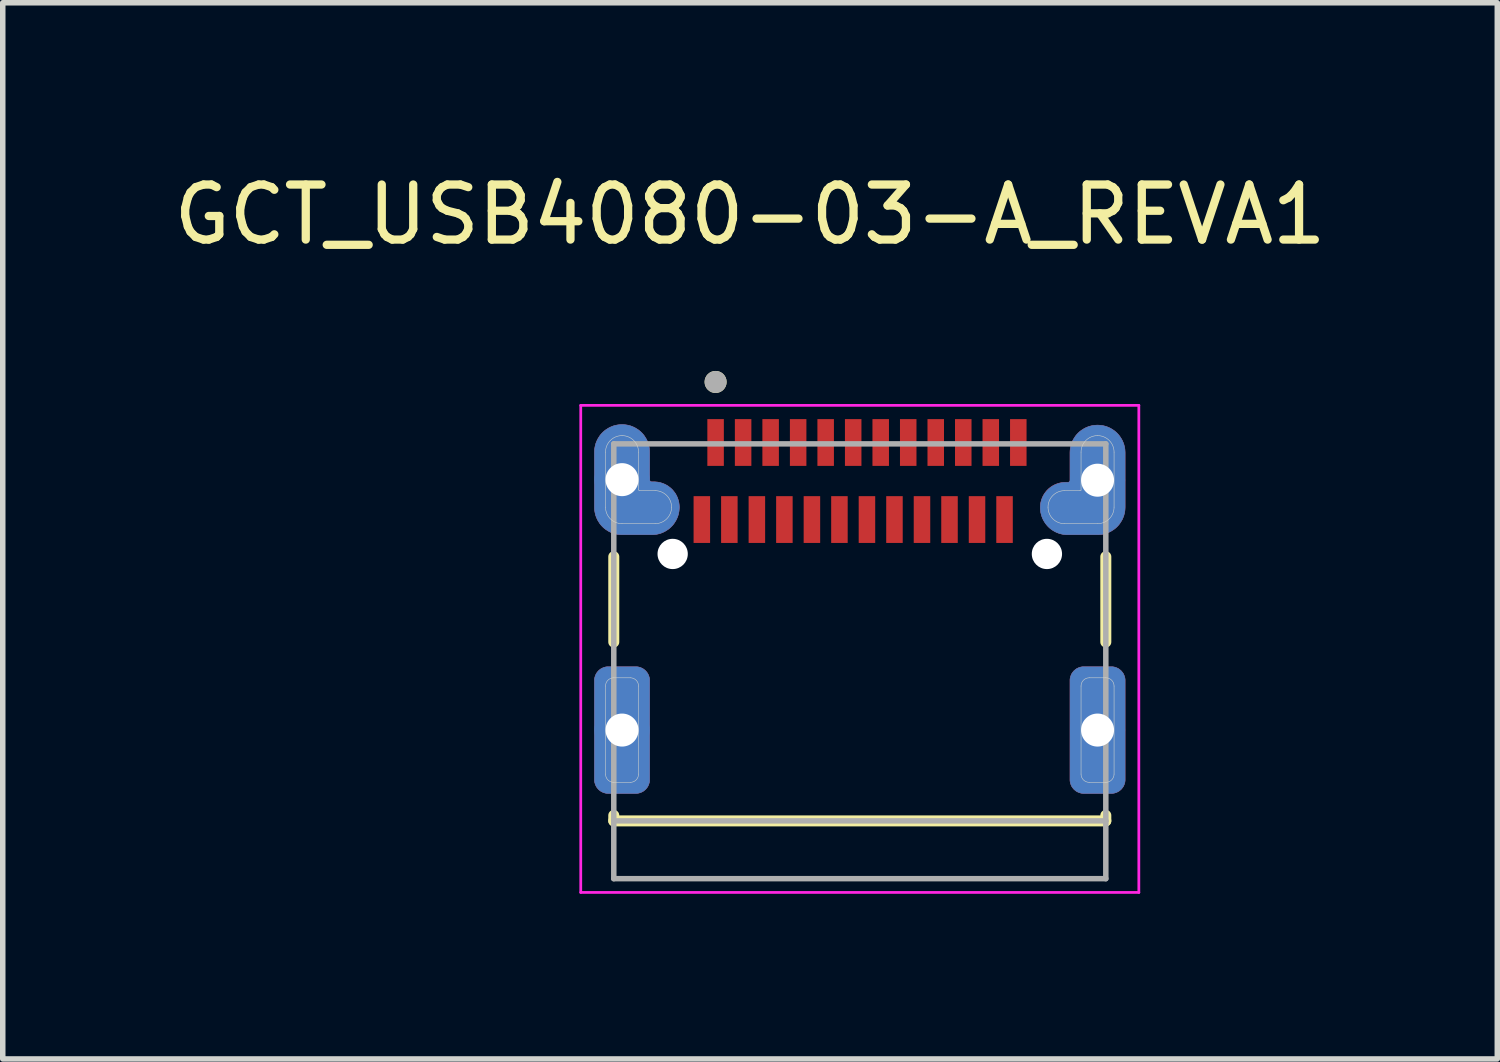
<source format=kicad_pcb>
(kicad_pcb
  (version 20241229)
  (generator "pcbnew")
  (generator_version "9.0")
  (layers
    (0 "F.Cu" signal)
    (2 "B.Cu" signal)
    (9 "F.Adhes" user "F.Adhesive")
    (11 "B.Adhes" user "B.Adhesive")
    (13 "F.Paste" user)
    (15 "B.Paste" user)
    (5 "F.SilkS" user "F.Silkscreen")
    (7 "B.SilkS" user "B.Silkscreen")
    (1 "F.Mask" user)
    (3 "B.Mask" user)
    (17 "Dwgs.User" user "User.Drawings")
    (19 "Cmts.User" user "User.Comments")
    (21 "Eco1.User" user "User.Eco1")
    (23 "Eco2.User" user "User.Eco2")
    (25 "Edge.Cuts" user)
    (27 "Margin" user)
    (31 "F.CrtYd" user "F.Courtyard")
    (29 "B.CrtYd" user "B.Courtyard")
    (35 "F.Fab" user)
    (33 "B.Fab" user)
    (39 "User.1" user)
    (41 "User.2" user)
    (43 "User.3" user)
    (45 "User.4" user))
  (footprint "GCT_USB4080-03-A_REVA1"
    (layer "F.Cu")
    (at 12.572 5.665)
    (property "Reference" "GCT_USB4080-03-A_REVA1" (at -1.995 -4.817 0) (layer "F.SilkS") (effects (font (size 1 1) (thickness 0.15))))
    (attr smd)
    (fp_poly (pts (xy -4.07 5.7) (xy -4.57 5.7) (xy -4.583 5.7) (xy -4.596 5.699) (xy -4.609 5.697) (xy -4.622 5.695) (xy -4.635 5.691) (xy -4.647 5.688) (xy -4.66 5.683) (xy -4.672 5.678) (xy -4.683 5.673) (xy -4.695 5.667) (xy -4.706 5.66) (xy -4.717 5.652) (xy -4.727 5.644) (xy -4.737 5.636) (xy -4.747 5.627) (xy -4.756 5.617) (xy -4.764 5.607) (xy -4.772 5.597) (xy -4.78 5.586) (xy -4.787 5.575) (xy -4.793 5.563) (xy -4.798 5.552) (xy -4.803 5.54) (xy -4.808 5.527) (xy -4.811 5.515) (xy -4.815 5.502) (xy -4.817 5.489) (xy -4.819 5.476) (xy -4.82 5.463) (xy -4.82 5.45) (xy -4.82 3.65) (xy -4.82 3.637) (xy -4.819 3.624) (xy -4.817 3.611) (xy -4.815 3.598) (xy -4.811 3.585) (xy -4.808 3.573) (xy -4.803 3.56) (xy -4.798 3.548) (xy -4.793 3.537) (xy -4.787 3.525) (xy -4.78 3.514) (xy -4.772 3.503) (xy -4.764 3.493) (xy -4.756 3.483) (xy -4.747 3.473) (xy -4.737 3.464) (xy -4.727 3.456) (xy -4.717 3.448) (xy -4.706 3.44) (xy -4.695 3.433) (xy -4.683 3.427) (xy -4.672 3.422) (xy -4.66 3.417) (xy -4.647 3.412) (xy -4.635 3.409) (xy -4.622 3.405) (xy -4.609 3.403) (xy -4.596 3.401) (xy -4.583 3.4) (xy -4.57 3.4) (xy -4.07 3.4) (xy -4.057 3.4) (xy -4.044 3.401) (xy -4.031 3.403) (xy -4.018 3.405) (xy -4.005 3.409) (xy -3.993 3.412) (xy -3.98 3.417) (xy -3.968 3.422) (xy -3.957 3.427) (xy -3.945 3.433) (xy -3.934 3.44) (xy -3.923 3.448) (xy -3.913 3.456) (xy -3.903 3.464) (xy -3.893 3.473) (xy -3.884 3.483) (xy -3.876 3.493) (xy -3.868 3.503) (xy -3.86 3.514) (xy -3.853 3.525) (xy -3.847 3.537) (xy -3.842 3.548) (xy -3.837 3.56) (xy -3.832 3.573) (xy -3.829 3.585) (xy -3.825 3.598) (xy -3.823 3.611) (xy -3.821 3.624) (xy -3.82 3.637) (xy -3.82 3.65) (xy -3.82 5.45) (xy -3.82 5.463) (xy -3.821 5.476) (xy -3.823 5.489) (xy -3.825 5.502) (xy -3.829 5.515) (xy -3.832 5.527) (xy -3.837 5.54) (xy -3.842 5.552) (xy -3.847 5.563) (xy -3.853 5.575) (xy -3.86 5.586) (xy -3.868 5.597) (xy -3.876 5.607) (xy -3.884 5.617) (xy -3.893 5.627) (xy -3.903 5.636) (xy -3.913 5.644) (xy -3.923 5.652) (xy -3.934 5.66) (xy -3.945 5.667) (xy -3.957 5.673) (xy -3.968 5.678) (xy -3.98 5.683) (xy -3.993 5.688) (xy -4.005 5.691) (xy -4.018 5.695) (xy -4.031 5.697) (xy -4.044 5.699) (xy -4.057 5.7) (xy -4.07 5.7)) (stroke (width 0.01) (type solid)) (fill yes) (layer "F.Cu"))
    (fp_poly (pts (xy 4.57 5.7) (xy 4.07 5.7) (xy 4.057 5.7) (xy 4.044 5.699) (xy 4.031 5.697) (xy 4.018 5.695) (xy 4.005 5.691) (xy 3.993 5.688) (xy 3.98 5.683) (xy 3.968 5.678) (xy 3.957 5.673) (xy 3.945 5.667) (xy 3.934 5.66) (xy 3.923 5.652) (xy 3.913 5.644) (xy 3.903 5.636) (xy 3.893 5.627) (xy 3.884 5.617) (xy 3.876 5.607) (xy 3.868 5.597) (xy 3.86 5.586) (xy 3.853 5.575) (xy 3.847 5.563) (xy 3.842 5.552) (xy 3.837 5.54) (xy 3.832 5.527) (xy 3.829 5.515) (xy 3.825 5.502) (xy 3.823 5.489) (xy 3.821 5.476) (xy 3.82 5.463) (xy 3.82 5.45) (xy 3.82 3.65) (xy 3.82 3.637) (xy 3.821 3.624) (xy 3.823 3.611) (xy 3.825 3.598) (xy 3.829 3.585) (xy 3.832 3.573) (xy 3.837 3.56) (xy 3.842 3.548) (xy 3.847 3.537) (xy 3.853 3.525) (xy 3.86 3.514) (xy 3.868 3.503) (xy 3.876 3.493) (xy 3.884 3.483) (xy 3.893 3.473) (xy 3.903 3.464) (xy 3.913 3.456) (xy 3.923 3.448) (xy 3.934 3.44) (xy 3.945 3.433) (xy 3.957 3.427) (xy 3.968 3.422) (xy 3.98 3.417) (xy 3.993 3.412) (xy 4.005 3.409) (xy 4.018 3.405) (xy 4.031 3.403) (xy 4.044 3.401) (xy 4.057 3.4) (xy 4.07 3.4) (xy 4.57 3.4) (xy 4.583 3.4) (xy 4.596 3.401) (xy 4.609 3.403) (xy 4.622 3.405) (xy 4.635 3.409) (xy 4.647 3.412) (xy 4.66 3.417) (xy 4.672 3.422) (xy 4.683 3.427) (xy 4.695 3.433) (xy 4.706 3.44) (xy 4.717 3.448) (xy 4.727 3.456) (xy 4.737 3.464) (xy 4.747 3.473) (xy 4.756 3.483) (xy 4.764 3.493) (xy 4.772 3.503) (xy 4.78 3.514) (xy 4.787 3.525) (xy 4.793 3.537) (xy 4.798 3.548) (xy 4.803 3.56) (xy 4.808 3.573) (xy 4.811 3.585) (xy 4.815 3.598) (xy 4.817 3.611) (xy 4.819 3.624) (xy 4.82 3.637) (xy 4.82 3.65) (xy 4.82 5.45) (xy 4.82 5.463) (xy 4.819 5.476) (xy 4.817 5.489) (xy 4.815 5.502) (xy 4.811 5.515) (xy 4.808 5.527) (xy 4.803 5.54) (xy 4.798 5.552) (xy 4.793 5.563) (xy 4.787 5.575) (xy 4.78 5.586) (xy 4.772 5.597) (xy 4.764 5.607) (xy 4.756 5.617) (xy 4.747 5.627) (xy 4.737 5.636) (xy 4.727 5.644) (xy 4.717 5.652) (xy 4.706 5.66) (xy 4.695 5.667) (xy 4.683 5.673) (xy 4.672 5.678) (xy 4.66 5.683) (xy 4.647 5.688) (xy 4.635 5.691) (xy 4.622 5.695) (xy 4.609 5.697) (xy 4.596 5.699) (xy 4.583 5.7) (xy 4.57 5.7)) (stroke (width 0.01) (type solid)) (fill yes) (layer "F.Cu"))
    (fp_poly (pts (xy 4.82 0.5) (xy 4.82 -0.49) (xy 4.819 -0.516) (xy 4.817 -0.542) (xy 4.814 -0.568) (xy 4.809 -0.594) (xy 4.803 -0.619) (xy 4.796 -0.645) (xy 4.787 -0.669) (xy 4.777 -0.693) (xy 4.766 -0.717) (xy 4.753 -0.74) (xy 4.739 -0.762) (xy 4.725 -0.784) (xy 4.709 -0.805) (xy 4.692 -0.825) (xy 4.674 -0.844) (xy 4.655 -0.862) (xy 4.635 -0.879) (xy 4.614 -0.895) (xy 4.592 -0.909) (xy 4.57 -0.923) (xy 4.547 -0.936) (xy 4.523 -0.947) (xy 4.499 -0.957) (xy 4.475 -0.966) (xy 4.449 -0.973) (xy 4.424 -0.979) (xy 4.398 -0.984) (xy 4.372 -0.987) (xy 4.346 -0.989) (xy 4.32 -0.99) (xy 4.294 -0.989) (xy 4.268 -0.987) (xy 4.242 -0.984) (xy 4.216 -0.979) (xy 4.191 -0.973) (xy 4.165 -0.966) (xy 4.141 -0.957) (xy 4.117 -0.947) (xy 4.093 -0.936) (xy 4.07 -0.923) (xy 4.048 -0.909) (xy 4.026 -0.895) (xy 4.005 -0.879) (xy 3.985 -0.862) (xy 3.966 -0.844) (xy 3.948 -0.825) (xy 3.931 -0.805) (xy 3.915 -0.784) (xy 3.901 -0.762) (xy 3.887 -0.74) (xy 3.874 -0.717) (xy 3.863 -0.693) (xy 3.853 -0.669) (xy 3.844 -0.645) (xy 3.837 -0.619) (xy 3.831 -0.594) (xy 3.826 -0.568) (xy 3.823 -0.542) (xy 3.821 -0.516) (xy 3.82 -0.49) (xy 3.82 0.01) (xy 3.82 0.012) (xy 3.82 0.014) (xy 3.82 0.016) (xy 3.819 0.018) (xy 3.819 0.02) (xy 3.818 0.022) (xy 3.817 0.024) (xy 3.817 0.026) (xy 3.816 0.028) (xy 3.815 0.03) (xy 3.814 0.032) (xy 3.812 0.034) (xy 3.811 0.035) (xy 3.81 0.037) (xy 3.808 0.038) (xy 3.807 0.04) (xy 3.805 0.041) (xy 3.804 0.042) (xy 3.802 0.044) (xy 3.8 0.045) (xy 3.798 0.046) (xy 3.796 0.047) (xy 3.794 0.047) (xy 3.792 0.048) (xy 3.79 0.049) (xy 3.788 0.049) (xy 3.786 0.05) (xy 3.784 0.05) (xy 3.782 0.05) (xy 3.78 0.05) (xy 3.74 0.05) (xy 3.719 0.05) (xy 3.695 0.052) (xy 3.672 0.054) (xy 3.648 0.058) (xy 3.625 0.063) (xy 3.602 0.07) (xy 3.579 0.077) (xy 3.557 0.086) (xy 3.536 0.096) (xy 3.514 0.107) (xy 3.494 0.119) (xy 3.474 0.132) (xy 3.455 0.146) (xy 3.436 0.162) (xy 3.419 0.178) (xy 3.402 0.195) (xy 3.386 0.213) (xy 3.372 0.231) (xy 3.358 0.251) (xy 3.345 0.271) (xy 3.333 0.291) (xy 3.323 0.313) (xy 3.313 0.335) (xy 3.305 0.357) (xy 3.298 0.38) (xy 3.292 0.403) (xy 3.287 0.426) (xy 3.283 0.45) (xy 3.281 0.473) (xy 3.28 0.5) (xy 3.281 0.526) (xy 3.283 0.552) (xy 3.286 0.578) (xy 3.291 0.604) (xy 3.297 0.629) (xy 3.304 0.655) (xy 3.313 0.679) (xy 3.323 0.703) (xy 3.334 0.727) (xy 3.347 0.75) (xy 3.361 0.772) (xy 3.375 0.794) (xy 3.391 0.815) (xy 3.408 0.835) (xy 3.426 0.854) (xy 3.445 0.872) (xy 3.465 0.889) (xy 3.486 0.905) (xy 3.508 0.919) (xy 3.53 0.933) (xy 3.553 0.946) (xy 3.577 0.957) (xy 3.601 0.967) (xy 3.625 0.976) (xy 3.651 0.983) (xy 3.676 0.989) (xy 3.702 0.994) (xy 3.728 0.997) (xy 3.754 0.999) (xy 3.78 1) (xy 4.32 1) (xy 4.346 0.999) (xy 4.372 0.997) (xy 4.398 0.994) (xy 4.424 0.989) (xy 4.449 0.983) (xy 4.475 0.976) (xy 4.499 0.967) (xy 4.523 0.957) (xy 4.547 0.946) (xy 4.57 0.933) (xy 4.592 0.919) (xy 4.614 0.905) (xy 4.635 0.889) (xy 4.655 0.872) (xy 4.674 0.854) (xy 4.692 0.835) (xy 4.709 0.815) (xy 4.725 0.794) (xy 4.739 0.772) (xy 4.753 0.75) (xy 4.766 0.727) (xy 4.777 0.703) (xy 4.787 0.679) (xy 4.796 0.655) (xy 4.803 0.629) (xy 4.809 0.604) (xy 4.814 0.578) (xy 4.817 0.552) (xy 4.819 0.526) (xy 4.82 0.5)) (stroke (width 0.01) (type solid)) (fill yes) (layer "F.Cu"))
    (fp_poly (pts (xy -4.82 0) (xy -4.82 -0.5) (xy -4.819 -0.526) (xy -4.817 -0.552) (xy -4.814 -0.578) (xy -4.809 -0.604) (xy -4.803 -0.629) (xy -4.796 -0.655) (xy -4.787 -0.679) (xy -4.777 -0.703) (xy -4.766 -0.727) (xy -4.753 -0.75) (xy -4.739 -0.772) (xy -4.725 -0.794) (xy -4.709 -0.815) (xy -4.692 -0.835) (xy -4.674 -0.854) (xy -4.655 -0.872) (xy -4.635 -0.889) (xy -4.614 -0.905) (xy -4.592 -0.919) (xy -4.57 -0.933) (xy -4.547 -0.946) (xy -4.523 -0.957) (xy -4.499 -0.967) (xy -4.475 -0.976) (xy -4.449 -0.983) (xy -4.424 -0.989) (xy -4.398 -0.994) (xy -4.372 -0.997) (xy -4.346 -0.999) (xy -4.32 -1) (xy -4.294 -0.999) (xy -4.268 -0.997) (xy -4.242 -0.994) (xy -4.216 -0.989) (xy -4.191 -0.983) (xy -4.165 -0.976) (xy -4.141 -0.967) (xy -4.117 -0.957) (xy -4.093 -0.946) (xy -4.07 -0.933) (xy -4.048 -0.919) (xy -4.026 -0.905) (xy -4.005 -0.889) (xy -3.985 -0.872) (xy -3.966 -0.854) (xy -3.948 -0.835) (xy -3.931 -0.815) (xy -3.915 -0.794) (xy -3.901 -0.772) (xy -3.887 -0.75) (xy -3.874 -0.727) (xy -3.863 -0.703) (xy -3.853 -0.679) (xy -3.844 -0.655) (xy -3.837 -0.629) (xy -3.831 -0.604) (xy -3.826 -0.578) (xy -3.823 -0.552) (xy -3.821 -0.526) (xy -3.82 -0.5) (xy -3.82 0) (xy -3.82 0.002) (xy -3.82 0.004) (xy -3.82 0.006) (xy -3.819 0.008) (xy -3.819 0.01) (xy -3.818 0.012) (xy -3.817 0.014) (xy -3.817 0.016) (xy -3.816 0.018) (xy -3.815 0.02) (xy -3.814 0.022) (xy -3.812 0.024) (xy -3.811 0.025) (xy -3.81 0.027) (xy -3.808 0.028) (xy -3.807 0.03) (xy -3.805 0.031) (xy -3.804 0.032) (xy -3.802 0.034) (xy -3.8 0.035) (xy -3.798 0.036) (xy -3.796 0.037) (xy -3.794 0.037) (xy -3.792 0.038) (xy -3.79 0.039) (xy -3.788 0.039) (xy -3.786 0.04) (xy -3.784 0.04) (xy -3.782 0.04) (xy -3.78 0.04) (xy -3.74 0.04) (xy -3.716 0.041) (xy -3.692 0.043) (xy -3.668 0.046) (xy -3.644 0.05) (xy -3.621 0.056) (xy -3.598 0.063) (xy -3.575 0.071) (xy -3.553 0.08) (xy -3.531 0.09) (xy -3.51 0.102) (xy -3.489 0.114) (xy -3.47 0.128) (xy -3.451 0.143) (xy -3.432 0.158) (xy -3.415 0.175) (xy -3.398 0.192) (xy -3.383 0.211) (xy -3.368 0.23) (xy -3.354 0.249) (xy -3.342 0.27) (xy -3.33 0.291) (xy -3.32 0.313) (xy -3.311 0.335) (xy -3.303 0.358) (xy -3.296 0.381) (xy -3.29 0.404) (xy -3.286 0.428) (xy -3.283 0.452) (xy -3.281 0.476) (xy -3.28 0.5) (xy -3.281 0.526) (xy -3.283 0.552) (xy -3.286 0.578) (xy -3.291 0.604) (xy -3.297 0.629) (xy -3.304 0.655) (xy -3.313 0.679) (xy -3.323 0.703) (xy -3.334 0.727) (xy -3.347 0.75) (xy -3.361 0.772) (xy -3.375 0.794) (xy -3.391 0.815) (xy -3.408 0.835) (xy -3.426 0.854) (xy -3.445 0.872) (xy -3.465 0.889) (xy -3.486 0.905) (xy -3.508 0.919) (xy -3.53 0.933) (xy -3.553 0.946) (xy -3.577 0.957) (xy -3.601 0.967) (xy -3.625 0.976) (xy -3.651 0.983) (xy -3.676 0.989) (xy -3.702 0.994) (xy -3.728 0.997) (xy -3.754 0.999) (xy -3.78 1) (xy -4.32 1) (xy -4.346 0.999) (xy -4.372 0.997) (xy -4.398 0.994) (xy -4.424 0.989) (xy -4.449 0.983) (xy -4.475 0.976) (xy -4.499 0.967) (xy -4.523 0.957) (xy -4.547 0.946) (xy -4.57 0.933) (xy -4.592 0.919) (xy -4.614 0.905) (xy -4.635 0.889) (xy -4.655 0.872) (xy -4.674 0.854) (xy -4.692 0.835) (xy -4.709 0.815) (xy -4.725 0.794) (xy -4.739 0.772) (xy -4.753 0.75) (xy -4.766 0.727) (xy -4.777 0.703) (xy -4.787 0.679) (xy -4.796 0.655) (xy -4.803 0.629) (xy -4.809 0.604) (xy -4.814 0.578) (xy -4.817 0.552) (xy -4.819 0.526) (xy -4.82 0.5) (xy -4.82 0)) (stroke (width 0.01) (type solid)) (fill yes) (layer "F.Cu"))
    (fp_poly (pts (xy -3.02 0.3) (xy -2.72 0.3) (xy -2.72 1.15) (xy -3.02 1.15)) (stroke (width 0.01) (type solid)) (fill yes) (layer "F.Mask"))
    (fp_poly (pts (xy -2.77 -1.1) (xy -2.47 -1.1) (xy -2.47 -0.25) (xy -2.77 -0.25)) (stroke (width 0.01) (type solid)) (fill yes) (layer "F.Mask"))
    (fp_poly (pts (xy -2.52 0.3) (xy -2.22 0.3) (xy -2.22 1.15) (xy -2.52 1.15)) (stroke (width 0.01) (type solid)) (fill yes) (layer "F.Mask"))
    (fp_poly (pts (xy -2.27 -1.1) (xy -1.97 -1.1) (xy -1.97 -0.25) (xy -2.27 -0.25)) (stroke (width 0.01) (type solid)) (fill yes) (layer "F.Mask"))
    (fp_poly (pts (xy -2.02 0.3) (xy -1.72 0.3) (xy -1.72 1.15) (xy -2.02 1.15)) (stroke (width 0.01) (type solid)) (fill yes) (layer "F.Mask"))
    (fp_poly (pts (xy -1.77 -1.1) (xy -1.47 -1.1) (xy -1.47 -0.25) (xy -1.77 -0.25)) (stroke (width 0.01) (type solid)) (fill yes) (layer "F.Mask"))
    (fp_poly (pts (xy -1.52 0.3) (xy -1.22 0.3) (xy -1.22 1.15) (xy -1.52 1.15)) (stroke (width 0.01) (type solid)) (fill yes) (layer "F.Mask"))
    (fp_poly (pts (xy -1.27 -1.1) (xy -0.97 -1.1) (xy -0.97 -0.25) (xy -1.27 -0.25)) (stroke (width 0.01) (type solid)) (fill yes) (layer "F.Mask"))
    (fp_poly (pts (xy -1.02 0.3) (xy -0.72 0.3) (xy -0.72 1.15) (xy -1.02 1.15)) (stroke (width 0.01) (type solid)) (fill yes) (layer "F.Mask"))
    (fp_poly (pts (xy -0.77 -1.1) (xy -0.47 -1.1) (xy -0.47 -0.25) (xy -0.77 -0.25)) (stroke (width 0.01) (type solid)) (fill yes) (layer "F.Mask"))
    (fp_poly (pts (xy -0.52 0.3) (xy -0.22 0.3) (xy -0.22 1.15) (xy -0.52 1.15)) (stroke (width 0.01) (type solid)) (fill yes) (layer "F.Mask"))
    (fp_poly (pts (xy -0.27 -1.1) (xy 0.03 -1.1) (xy 0.03 -0.25) (xy -0.27 -0.25)) (stroke (width 0.01) (type solid)) (fill yes) (layer "F.Mask"))
    (fp_poly (pts (xy -0.02 0.3) (xy 0.28 0.3) (xy 0.28 1.15) (xy -0.02 1.15)) (stroke (width 0.01) (type solid)) (fill yes) (layer "F.Mask"))
    (fp_poly (pts (xy 0.23 -1.1) (xy 0.53 -1.1) (xy 0.53 -0.25) (xy 0.23 -0.25)) (stroke (width 0.01) (type solid)) (fill yes) (layer "F.Mask"))
    (fp_poly (pts (xy 0.48 0.3) (xy 0.78 0.3) (xy 0.78 1.15) (xy 0.48 1.15)) (stroke (width 0.01) (type solid)) (fill yes) (layer "F.Mask"))
    (fp_poly (pts (xy 0.73 -1.1) (xy 1.03 -1.1) (xy 1.03 -0.25) (xy 0.73 -0.25)) (stroke (width 0.01) (type solid)) (fill yes) (layer "F.Mask"))
    (fp_poly (pts (xy 0.98 0.3) (xy 1.28 0.3) (xy 1.28 1.15) (xy 0.98 1.15)) (stroke (width 0.01) (type solid)) (fill yes) (layer "F.Mask"))
    (fp_poly (pts (xy 1.23 -1.1) (xy 1.53 -1.1) (xy 1.53 -0.25) (xy 1.23 -0.25)) (stroke (width 0.01) (type solid)) (fill yes) (layer "F.Mask"))
    (fp_poly (pts (xy 1.48 0.3) (xy 1.78 0.3) (xy 1.78 1.15) (xy 1.48 1.15)) (stroke (width 0.01) (type solid)) (fill yes) (layer "F.Mask"))
    (fp_poly (pts (xy 1.73 -1.1) (xy 2.03 -1.1) (xy 2.03 -0.25) (xy 1.73 -0.25)) (stroke (width 0.01) (type solid)) (fill yes) (layer "F.Mask"))
    (fp_poly (pts (xy 1.98 0.3) (xy 2.28 0.3) (xy 2.28 1.15) (xy 1.98 1.15)) (stroke (width 0.01) (type solid)) (fill yes) (layer "F.Mask"))
    (fp_poly (pts (xy 2.23 -1.1) (xy 2.53 -1.1) (xy 2.53 -0.25) (xy 2.23 -0.25)) (stroke (width 0.01) (type solid)) (fill yes) (layer "F.Mask"))
    (fp_poly (pts (xy 2.48 0.3) (xy 2.78 0.3) (xy 2.78 1.15) (xy 2.48 1.15)) (stroke (width 0.01) (type solid)) (fill yes) (layer "F.Mask"))
    (fp_poly (pts (xy 2.73 -1.1) (xy 3.03 -1.1) (xy 3.03 -0.25) (xy 2.73 -0.25)) (stroke (width 0.01) (type solid)) (fill yes) (layer "F.Mask"))
    (fp_poly (pts (xy -4.07 5.7) (xy -4.57 5.7) (xy -4.583 5.7) (xy -4.596 5.699) (xy -4.609 5.697) (xy -4.622 5.695) (xy -4.635 5.691) (xy -4.647 5.688) (xy -4.66 5.683) (xy -4.672 5.678) (xy -4.683 5.673) (xy -4.695 5.667) (xy -4.706 5.66) (xy -4.717 5.652) (xy -4.727 5.644) (xy -4.737 5.636) (xy -4.747 5.627) (xy -4.756 5.617) (xy -4.764 5.607) (xy -4.772 5.597) (xy -4.78 5.586) (xy -4.787 5.575) (xy -4.793 5.563) (xy -4.798 5.552) (xy -4.803 5.54) (xy -4.808 5.527) (xy -4.811 5.515) (xy -4.815 5.502) (xy -4.817 5.489) (xy -4.819 5.476) (xy -4.82 5.463) (xy -4.82 5.45) (xy -4.82 3.65) (xy -4.82 3.637) (xy -4.819 3.624) (xy -4.817 3.611) (xy -4.815 3.598) (xy -4.811 3.585) (xy -4.808 3.573) (xy -4.803 3.56) (xy -4.798 3.548) (xy -4.793 3.537) (xy -4.787 3.525) (xy -4.78 3.514) (xy -4.772 3.503) (xy -4.764 3.493) (xy -4.756 3.483) (xy -4.747 3.473) (xy -4.737 3.464) (xy -4.727 3.456) (xy -4.717 3.448) (xy -4.706 3.44) (xy -4.695 3.433) (xy -4.683 3.427) (xy -4.672 3.422) (xy -4.66 3.417) (xy -4.647 3.412) (xy -4.635 3.409) (xy -4.622 3.405) (xy -4.609 3.403) (xy -4.596 3.401) (xy -4.583 3.4) (xy -4.57 3.4) (xy -4.07 3.4) (xy -4.057 3.4) (xy -4.044 3.401) (xy -4.031 3.403) (xy -4.018 3.405) (xy -4.005 3.409) (xy -3.993 3.412) (xy -3.98 3.417) (xy -3.968 3.422) (xy -3.957 3.427) (xy -3.945 3.433) (xy -3.934 3.44) (xy -3.923 3.448) (xy -3.913 3.456) (xy -3.903 3.464) (xy -3.893 3.473) (xy -3.884 3.483) (xy -3.876 3.493) (xy -3.868 3.503) (xy -3.86 3.514) (xy -3.853 3.525) (xy -3.847 3.537) (xy -3.842 3.548) (xy -3.837 3.56) (xy -3.832 3.573) (xy -3.829 3.585) (xy -3.825 3.598) (xy -3.823 3.611) (xy -3.821 3.624) (xy -3.82 3.637) (xy -3.82 3.65) (xy -3.82 5.45) (xy -3.82 5.463) (xy -3.821 5.476) (xy -3.823 5.489) (xy -3.825 5.502) (xy -3.829 5.515) (xy -3.832 5.527) (xy -3.837 5.54) (xy -3.842 5.552) (xy -3.847 5.563) (xy -3.853 5.575) (xy -3.86 5.586) (xy -3.868 5.597) (xy -3.876 5.607) (xy -3.884 5.617) (xy -3.893 5.627) (xy -3.903 5.636) (xy -3.913 5.644) (xy -3.923 5.652) (xy -3.934 5.66) (xy -3.945 5.667) (xy -3.957 5.673) (xy -3.968 5.678) (xy -3.98 5.683) (xy -3.993 5.688) (xy -4.005 5.691) (xy -4.018 5.695) (xy -4.031 5.697) (xy -4.044 5.699) (xy -4.057 5.7) (xy -4.07 5.7)) (stroke (width 0.01) (type solid)) (fill yes) (layer "F.Mask"))
    (fp_poly (pts (xy 4.57 5.7) (xy 4.07 5.7) (xy 4.057 5.7) (xy 4.044 5.699) (xy 4.031 5.697) (xy 4.018 5.695) (xy 4.005 5.691) (xy 3.993 5.688) (xy 3.98 5.683) (xy 3.968 5.678) (xy 3.957 5.673) (xy 3.945 5.667) (xy 3.934 5.66) (xy 3.923 5.652) (xy 3.913 5.644) (xy 3.903 5.636) (xy 3.893 5.627) (xy 3.884 5.617) (xy 3.876 5.607) (xy 3.868 5.597) (xy 3.86 5.586) (xy 3.853 5.575) (xy 3.847 5.563) (xy 3.842 5.552) (xy 3.837 5.54) (xy 3.832 5.527) (xy 3.829 5.515) (xy 3.825 5.502) (xy 3.823 5.489) (xy 3.821 5.476) (xy 3.82 5.463) (xy 3.82 5.45) (xy 3.82 3.65) (xy 3.82 3.637) (xy 3.821 3.624) (xy 3.823 3.611) (xy 3.825 3.598) (xy 3.829 3.585) (xy 3.832 3.573) (xy 3.837 3.56) (xy 3.842 3.548) (xy 3.847 3.537) (xy 3.853 3.525) (xy 3.86 3.514) (xy 3.868 3.503) (xy 3.876 3.493) (xy 3.884 3.483) (xy 3.893 3.473) (xy 3.903 3.464) (xy 3.913 3.456) (xy 3.923 3.448) (xy 3.934 3.44) (xy 3.945 3.433) (xy 3.957 3.427) (xy 3.968 3.422) (xy 3.98 3.417) (xy 3.993 3.412) (xy 4.005 3.409) (xy 4.018 3.405) (xy 4.031 3.403) (xy 4.044 3.401) (xy 4.057 3.4) (xy 4.07 3.4) (xy 4.57 3.4) (xy 4.583 3.4) (xy 4.596 3.401) (xy 4.609 3.403) (xy 4.622 3.405) (xy 4.635 3.409) (xy 4.647 3.412) (xy 4.66 3.417) (xy 4.672 3.422) (xy 4.683 3.427) (xy 4.695 3.433) (xy 4.706 3.44) (xy 4.717 3.448) (xy 4.727 3.456) (xy 4.737 3.464) (xy 4.747 3.473) (xy 4.756 3.483) (xy 4.764 3.493) (xy 4.772 3.503) (xy 4.78 3.514) (xy 4.787 3.525) (xy 4.793 3.537) (xy 4.798 3.548) (xy 4.803 3.56) (xy 4.808 3.573) (xy 4.811 3.585) (xy 4.815 3.598) (xy 4.817 3.611) (xy 4.819 3.624) (xy 4.82 3.637) (xy 4.82 3.65) (xy 4.82 5.45) (xy 4.82 5.463) (xy 4.819 5.476) (xy 4.817 5.489) (xy 4.815 5.502) (xy 4.811 5.515) (xy 4.808 5.527) (xy 4.803 5.54) (xy 4.798 5.552) (xy 4.793 5.563) (xy 4.787 5.575) (xy 4.78 5.586) (xy 4.772 5.597) (xy 4.764 5.607) (xy 4.756 5.617) (xy 4.747 5.627) (xy 4.737 5.636) (xy 4.727 5.644) (xy 4.717 5.652) (xy 4.706 5.66) (xy 4.695 5.667) (xy 4.683 5.673) (xy 4.672 5.678) (xy 4.66 5.683) (xy 4.647 5.688) (xy 4.635 5.691) (xy 4.622 5.695) (xy 4.609 5.697) (xy 4.596 5.699) (xy 4.583 5.7) (xy 4.57 5.7)) (stroke (width 0.01) (type solid)) (fill yes) (layer "F.Mask"))
    (fp_poly (pts (xy 4.82 0.5) (xy 4.82 -0.49) (xy 4.819 -0.516) (xy 4.817 -0.542) (xy 4.814 -0.568) (xy 4.809 -0.594) (xy 4.803 -0.619) (xy 4.796 -0.645) (xy 4.787 -0.669) (xy 4.777 -0.693) (xy 4.766 -0.717) (xy 4.753 -0.74) (xy 4.739 -0.762) (xy 4.725 -0.784) (xy 4.709 -0.805) (xy 4.692 -0.825) (xy 4.674 -0.844) (xy 4.655 -0.862) (xy 4.635 -0.879) (xy 4.614 -0.895) (xy 4.592 -0.909) (xy 4.57 -0.923) (xy 4.547 -0.936) (xy 4.523 -0.947) (xy 4.499 -0.957) (xy 4.475 -0.966) (xy 4.449 -0.973) (xy 4.424 -0.979) (xy 4.398 -0.984) (xy 4.372 -0.987) (xy 4.346 -0.989) (xy 4.32 -0.99) (xy 4.294 -0.989) (xy 4.268 -0.987) (xy 4.242 -0.984) (xy 4.216 -0.979) (xy 4.191 -0.973) (xy 4.165 -0.966) (xy 4.141 -0.957) (xy 4.117 -0.947) (xy 4.093 -0.936) (xy 4.07 -0.923) (xy 4.048 -0.909) (xy 4.026 -0.895) (xy 4.005 -0.879) (xy 3.985 -0.862) (xy 3.966 -0.844) (xy 3.948 -0.825) (xy 3.931 -0.805) (xy 3.915 -0.784) (xy 3.901 -0.762) (xy 3.887 -0.74) (xy 3.874 -0.717) (xy 3.863 -0.693) (xy 3.853 -0.669) (xy 3.844 -0.645) (xy 3.837 -0.619) (xy 3.831 -0.594) (xy 3.826 -0.568) (xy 3.823 -0.542) (xy 3.821 -0.516) (xy 3.82 -0.49) (xy 3.82 0.01) (xy 3.82 0.012) (xy 3.82 0.014) (xy 3.82 0.016) (xy 3.819 0.018) (xy 3.819 0.02) (xy 3.818 0.022) (xy 3.817 0.024) (xy 3.817 0.026) (xy 3.816 0.028) (xy 3.815 0.03) (xy 3.814 0.032) (xy 3.812 0.034) (xy 3.811 0.035) (xy 3.81 0.037) (xy 3.808 0.038) (xy 3.807 0.04) (xy 3.805 0.041) (xy 3.804 0.042) (xy 3.802 0.044) (xy 3.8 0.045) (xy 3.798 0.046) (xy 3.796 0.047) (xy 3.794 0.047) (xy 3.792 0.048) (xy 3.79 0.049) (xy 3.788 0.049) (xy 3.786 0.05) (xy 3.784 0.05) (xy 3.782 0.05) (xy 3.78 0.05) (xy 3.74 0.05) (xy 3.719 0.05) (xy 3.695 0.052) (xy 3.672 0.054) (xy 3.648 0.058) (xy 3.625 0.063) (xy 3.602 0.07) (xy 3.579 0.077) (xy 3.557 0.086) (xy 3.536 0.096) (xy 3.514 0.107) (xy 3.494 0.119) (xy 3.474 0.132) (xy 3.455 0.146) (xy 3.436 0.162) (xy 3.419 0.178) (xy 3.402 0.195) (xy 3.386 0.213) (xy 3.372 0.231) (xy 3.358 0.251) (xy 3.345 0.271) (xy 3.333 0.291) (xy 3.323 0.313) (xy 3.313 0.335) (xy 3.305 0.357) (xy 3.298 0.38) (xy 3.292 0.403) (xy 3.287 0.426) (xy 3.283 0.45) (xy 3.281 0.473) (xy 3.28 0.5) (xy 3.281 0.526) (xy 3.283 0.552) (xy 3.286 0.578) (xy 3.291 0.604) (xy 3.297 0.629) (xy 3.304 0.655) (xy 3.313 0.679) (xy 3.323 0.703) (xy 3.334 0.727) (xy 3.347 0.75) (xy 3.361 0.772) (xy 3.375 0.794) (xy 3.391 0.815) (xy 3.408 0.835) (xy 3.426 0.854) (xy 3.445 0.872) (xy 3.465 0.889) (xy 3.486 0.905) (xy 3.508 0.919) (xy 3.53 0.933) (xy 3.553 0.946) (xy 3.577 0.957) (xy 3.601 0.967) (xy 3.625 0.976) (xy 3.651 0.983) (xy 3.676 0.989) (xy 3.702 0.994) (xy 3.728 0.997) (xy 3.754 0.999) (xy 3.78 1) (xy 4.32 1) (xy 4.346 0.999) (xy 4.372 0.997) (xy 4.398 0.994) (xy 4.424 0.989) (xy 4.449 0.983) (xy 4.475 0.976) (xy 4.499 0.967) (xy 4.523 0.957) (xy 4.547 0.946) (xy 4.57 0.933) (xy 4.592 0.919) (xy 4.614 0.905) (xy 4.635 0.889) (xy 4.655 0.872) (xy 4.674 0.854) (xy 4.692 0.835) (xy 4.709 0.815) (xy 4.725 0.794) (xy 4.739 0.772) (xy 4.753 0.75) (xy 4.766 0.727) (xy 4.777 0.703) (xy 4.787 0.679) (xy 4.796 0.655) (xy 4.803 0.629) (xy 4.809 0.604) (xy 4.814 0.578) (xy 4.817 0.552) (xy 4.819 0.526) (xy 4.82 0.5)) (stroke (width 0.01) (type solid)) (fill yes) (layer "F.Mask"))
    (fp_poly (pts (xy -4.82 0) (xy -4.82 -0.5) (xy -4.819 -0.526) (xy -4.817 -0.552) (xy -4.814 -0.578) (xy -4.809 -0.604) (xy -4.803 -0.629) (xy -4.796 -0.655) (xy -4.787 -0.679) (xy -4.777 -0.703) (xy -4.766 -0.727) (xy -4.753 -0.75) (xy -4.739 -0.772) (xy -4.725 -0.794) (xy -4.709 -0.815) (xy -4.692 -0.835) (xy -4.674 -0.854) (xy -4.655 -0.872) (xy -4.635 -0.889) (xy -4.614 -0.905) (xy -4.592 -0.919) (xy -4.57 -0.933) (xy -4.547 -0.946) (xy -4.523 -0.957) (xy -4.499 -0.967) (xy -4.475 -0.976) (xy -4.449 -0.983) (xy -4.424 -0.989) (xy -4.398 -0.994) (xy -4.372 -0.997) (xy -4.346 -0.999) (xy -4.32 -1) (xy -4.294 -0.999) (xy -4.268 -0.997) (xy -4.242 -0.994) (xy -4.216 -0.989) (xy -4.191 -0.983) (xy -4.165 -0.976) (xy -4.141 -0.967) (xy -4.117 -0.957) (xy -4.093 -0.946) (xy -4.07 -0.933) (xy -4.048 -0.919) (xy -4.026 -0.905) (xy -4.005 -0.889) (xy -3.985 -0.872) (xy -3.966 -0.854) (xy -3.948 -0.835) (xy -3.931 -0.815) (xy -3.915 -0.794) (xy -3.901 -0.772) (xy -3.887 -0.75) (xy -3.874 -0.727) (xy -3.863 -0.703) (xy -3.853 -0.679) (xy -3.844 -0.655) (xy -3.837 -0.629) (xy -3.831 -0.604) (xy -3.826 -0.578) (xy -3.823 -0.552) (xy -3.821 -0.526) (xy -3.82 -0.5) (xy -3.82 0) (xy -3.82 0.002) (xy -3.82 0.004) (xy -3.82 0.006) (xy -3.819 0.008) (xy -3.819 0.01) (xy -3.818 0.012) (xy -3.817 0.014) (xy -3.817 0.016) (xy -3.816 0.018) (xy -3.815 0.02) (xy -3.814 0.022) (xy -3.812 0.024) (xy -3.811 0.025) (xy -3.81 0.027) (xy -3.808 0.028) (xy -3.807 0.03) (xy -3.805 0.031) (xy -3.804 0.032) (xy -3.802 0.034) (xy -3.8 0.035) (xy -3.798 0.036) (xy -3.796 0.037) (xy -3.794 0.037) (xy -3.792 0.038) (xy -3.79 0.039) (xy -3.788 0.039) (xy -3.786 0.04) (xy -3.784 0.04) (xy -3.782 0.04) (xy -3.78 0.04) (xy -3.74 0.04) (xy -3.716 0.041) (xy -3.692 0.043) (xy -3.668 0.046) (xy -3.644 0.05) (xy -3.621 0.056) (xy -3.598 0.063) (xy -3.575 0.071) (xy -3.553 0.08) (xy -3.531 0.09) (xy -3.51 0.102) (xy -3.489 0.114) (xy -3.47 0.128) (xy -3.451 0.143) (xy -3.432 0.158) (xy -3.415 0.175) (xy -3.398 0.192) (xy -3.383 0.211) (xy -3.368 0.23) (xy -3.354 0.249) (xy -3.342 0.27) (xy -3.33 0.291) (xy -3.32 0.313) (xy -3.311 0.335) (xy -3.303 0.358) (xy -3.296 0.381) (xy -3.29 0.404) (xy -3.286 0.428) (xy -3.283 0.452) (xy -3.281 0.476) (xy -3.28 0.5) (xy -3.281 0.526) (xy -3.283 0.552) (xy -3.286 0.578) (xy -3.291 0.604) (xy -3.297 0.629) (xy -3.304 0.655) (xy -3.313 0.679) (xy -3.323 0.703) (xy -3.334 0.727) (xy -3.347 0.75) (xy -3.361 0.772) (xy -3.375 0.794) (xy -3.391 0.815) (xy -3.408 0.835) (xy -3.426 0.854) (xy -3.445 0.872) (xy -3.465 0.889) (xy -3.486 0.905) (xy -3.508 0.919) (xy -3.53 0.933) (xy -3.553 0.946) (xy -3.577 0.957) (xy -3.601 0.967) (xy -3.625 0.976) (xy -3.651 0.983) (xy -3.676 0.989) (xy -3.702 0.994) (xy -3.728 0.997) (xy -3.754 0.999) (xy -3.78 1) (xy -4.32 1) (xy -4.346 0.999) (xy -4.372 0.997) (xy -4.398 0.994) (xy -4.424 0.989) (xy -4.449 0.983) (xy -4.475 0.976) (xy -4.499 0.967) (xy -4.523 0.957) (xy -4.547 0.946) (xy -4.57 0.933) (xy -4.592 0.919) (xy -4.614 0.905) (xy -4.635 0.889) (xy -4.655 0.872) (xy -4.674 0.854) (xy -4.692 0.835) (xy -4.709 0.815) (xy -4.725 0.794) (xy -4.739 0.772) (xy -4.753 0.75) (xy -4.766 0.727) (xy -4.777 0.703) (xy -4.787 0.679) (xy -4.796 0.655) (xy -4.803 0.629) (xy -4.809 0.604) (xy -4.814 0.578) (xy -4.817 0.552) (xy -4.819 0.526) (xy -4.82 0.5) (xy -4.82 0)) (stroke (width 0.01) (type solid)) (fill yes) (layer "F.Mask"))
    (fp_poly (pts (xy -4.07 5.7) (xy -4.57 5.7) (xy -4.583 5.7) (xy -4.596 5.699) (xy -4.609 5.697) (xy -4.622 5.695) (xy -4.635 5.691) (xy -4.647 5.688) (xy -4.66 5.683) (xy -4.672 5.678) (xy -4.683 5.673) (xy -4.695 5.667) (xy -4.706 5.66) (xy -4.717 5.652) (xy -4.727 5.644) (xy -4.737 5.636) (xy -4.747 5.627) (xy -4.756 5.617) (xy -4.764 5.607) (xy -4.772 5.597) (xy -4.78 5.586) (xy -4.787 5.575) (xy -4.793 5.563) (xy -4.798 5.552) (xy -4.803 5.54) (xy -4.808 5.527) (xy -4.811 5.515) (xy -4.815 5.502) (xy -4.817 5.489) (xy -4.819 5.476) (xy -4.82 5.463) (xy -4.82 5.45) (xy -4.82 3.65) (xy -4.82 3.637) (xy -4.819 3.624) (xy -4.817 3.611) (xy -4.815 3.598) (xy -4.811 3.585) (xy -4.808 3.573) (xy -4.803 3.56) (xy -4.798 3.548) (xy -4.793 3.537) (xy -4.787 3.525) (xy -4.78 3.514) (xy -4.772 3.503) (xy -4.764 3.493) (xy -4.756 3.483) (xy -4.747 3.473) (xy -4.737 3.464) (xy -4.727 3.456) (xy -4.717 3.448) (xy -4.706 3.44) (xy -4.695 3.433) (xy -4.683 3.427) (xy -4.672 3.422) (xy -4.66 3.417) (xy -4.647 3.412) (xy -4.635 3.409) (xy -4.622 3.405) (xy -4.609 3.403) (xy -4.596 3.401) (xy -4.583 3.4) (xy -4.57 3.4) (xy -4.07 3.4) (xy -4.057 3.4) (xy -4.044 3.401) (xy -4.031 3.403) (xy -4.018 3.405) (xy -4.005 3.409) (xy -3.993 3.412) (xy -3.98 3.417) (xy -3.968 3.422) (xy -3.957 3.427) (xy -3.945 3.433) (xy -3.934 3.44) (xy -3.923 3.448) (xy -3.913 3.456) (xy -3.903 3.464) (xy -3.893 3.473) (xy -3.884 3.483) (xy -3.876 3.493) (xy -3.868 3.503) (xy -3.86 3.514) (xy -3.853 3.525) (xy -3.847 3.537) (xy -3.842 3.548) (xy -3.837 3.56) (xy -3.832 3.573) (xy -3.829 3.585) (xy -3.825 3.598) (xy -3.823 3.611) (xy -3.821 3.624) (xy -3.82 3.637) (xy -3.82 3.65) (xy -3.82 5.45) (xy -3.82 5.463) (xy -3.821 5.476) (xy -3.823 5.489) (xy -3.825 5.502) (xy -3.829 5.515) (xy -3.832 5.527) (xy -3.837 5.54) (xy -3.842 5.552) (xy -3.847 5.563) (xy -3.853 5.575) (xy -3.86 5.586) (xy -3.868 5.597) (xy -3.876 5.607) (xy -3.884 5.617) (xy -3.893 5.627) (xy -3.903 5.636) (xy -3.913 5.644) (xy -3.923 5.652) (xy -3.934 5.66) (xy -3.945 5.667) (xy -3.957 5.673) (xy -3.968 5.678) (xy -3.98 5.683) (xy -3.993 5.688) (xy -4.005 5.691) (xy -4.018 5.695) (xy -4.031 5.697) (xy -4.044 5.699) (xy -4.057 5.7) (xy -4.07 5.7)) (stroke (width 0.01) (type solid)) (fill yes) (layer "B.Cu"))
    (fp_poly (pts (xy 4.57 5.7) (xy 4.07 5.7) (xy 4.057 5.7) (xy 4.044 5.699) (xy 4.031 5.697) (xy 4.018 5.695) (xy 4.005 5.691) (xy 3.993 5.688) (xy 3.98 5.683) (xy 3.968 5.678) (xy 3.957 5.673) (xy 3.945 5.667) (xy 3.934 5.66) (xy 3.923 5.652) (xy 3.913 5.644) (xy 3.903 5.636) (xy 3.893 5.627) (xy 3.884 5.617) (xy 3.876 5.607) (xy 3.868 5.597) (xy 3.86 5.586) (xy 3.853 5.575) (xy 3.847 5.563) (xy 3.842 5.552) (xy 3.837 5.54) (xy 3.832 5.527) (xy 3.829 5.515) (xy 3.825 5.502) (xy 3.823 5.489) (xy 3.821 5.476) (xy 3.82 5.463) (xy 3.82 5.45) (xy 3.82 3.65) (xy 3.82 3.637) (xy 3.821 3.624) (xy 3.823 3.611) (xy 3.825 3.598) (xy 3.829 3.585) (xy 3.832 3.573) (xy 3.837 3.56) (xy 3.842 3.548) (xy 3.847 3.537) (xy 3.853 3.525) (xy 3.86 3.514) (xy 3.868 3.503) (xy 3.876 3.493) (xy 3.884 3.483) (xy 3.893 3.473) (xy 3.903 3.464) (xy 3.913 3.456) (xy 3.923 3.448) (xy 3.934 3.44) (xy 3.945 3.433) (xy 3.957 3.427) (xy 3.968 3.422) (xy 3.98 3.417) (xy 3.993 3.412) (xy 4.005 3.409) (xy 4.018 3.405) (xy 4.031 3.403) (xy 4.044 3.401) (xy 4.057 3.4) (xy 4.07 3.4) (xy 4.57 3.4) (xy 4.583 3.4) (xy 4.596 3.401) (xy 4.609 3.403) (xy 4.622 3.405) (xy 4.635 3.409) (xy 4.647 3.412) (xy 4.66 3.417) (xy 4.672 3.422) (xy 4.683 3.427) (xy 4.695 3.433) (xy 4.706 3.44) (xy 4.717 3.448) (xy 4.727 3.456) (xy 4.737 3.464) (xy 4.747 3.473) (xy 4.756 3.483) (xy 4.764 3.493) (xy 4.772 3.503) (xy 4.78 3.514) (xy 4.787 3.525) (xy 4.793 3.537) (xy 4.798 3.548) (xy 4.803 3.56) (xy 4.808 3.573) (xy 4.811 3.585) (xy 4.815 3.598) (xy 4.817 3.611) (xy 4.819 3.624) (xy 4.82 3.637) (xy 4.82 3.65) (xy 4.82 5.45) (xy 4.82 5.463) (xy 4.819 5.476) (xy 4.817 5.489) (xy 4.815 5.502) (xy 4.811 5.515) (xy 4.808 5.527) (xy 4.803 5.54) (xy 4.798 5.552) (xy 4.793 5.563) (xy 4.787 5.575) (xy 4.78 5.586) (xy 4.772 5.597) (xy 4.764 5.607) (xy 4.756 5.617) (xy 4.747 5.627) (xy 4.737 5.636) (xy 4.727 5.644) (xy 4.717 5.652) (xy 4.706 5.66) (xy 4.695 5.667) (xy 4.683 5.673) (xy 4.672 5.678) (xy 4.66 5.683) (xy 4.647 5.688) (xy 4.635 5.691) (xy 4.622 5.695) (xy 4.609 5.697) (xy 4.596 5.699) (xy 4.583 5.7) (xy 4.57 5.7)) (stroke (width 0.01) (type solid)) (fill yes) (layer "B.Cu"))
    (fp_poly (pts (xy 4.82 0.5) (xy 4.82 -0.49) (xy 4.819 -0.516) (xy 4.817 -0.542) (xy 4.814 -0.568) (xy 4.809 -0.594) (xy 4.803 -0.619) (xy 4.796 -0.645) (xy 4.787 -0.669) (xy 4.777 -0.693) (xy 4.766 -0.717) (xy 4.753 -0.74) (xy 4.739 -0.762) (xy 4.725 -0.784) (xy 4.709 -0.805) (xy 4.692 -0.825) (xy 4.674 -0.844) (xy 4.655 -0.862) (xy 4.635 -0.879) (xy 4.614 -0.895) (xy 4.592 -0.909) (xy 4.57 -0.923) (xy 4.547 -0.936) (xy 4.523 -0.947) (xy 4.499 -0.957) (xy 4.475 -0.966) (xy 4.449 -0.973) (xy 4.424 -0.979) (xy 4.398 -0.984) (xy 4.372 -0.987) (xy 4.346 -0.989) (xy 4.32 -0.99) (xy 4.294 -0.989) (xy 4.268 -0.987) (xy 4.242 -0.984) (xy 4.216 -0.979) (xy 4.191 -0.973) (xy 4.165 -0.966) (xy 4.141 -0.957) (xy 4.117 -0.947) (xy 4.093 -0.936) (xy 4.07 -0.923) (xy 4.048 -0.909) (xy 4.026 -0.895) (xy 4.005 -0.879) (xy 3.985 -0.862) (xy 3.966 -0.844) (xy 3.948 -0.825) (xy 3.931 -0.805) (xy 3.915 -0.784) (xy 3.901 -0.762) (xy 3.887 -0.74) (xy 3.874 -0.717) (xy 3.863 -0.693) (xy 3.853 -0.669) (xy 3.844 -0.645) (xy 3.837 -0.619) (xy 3.831 -0.594) (xy 3.826 -0.568) (xy 3.823 -0.542) (xy 3.821 -0.516) (xy 3.82 -0.49) (xy 3.82 0.01) (xy 3.82 0.012) (xy 3.82 0.014) (xy 3.82 0.016) (xy 3.819 0.018) (xy 3.819 0.02) (xy 3.818 0.022) (xy 3.817 0.024) (xy 3.817 0.026) (xy 3.816 0.028) (xy 3.815 0.03) (xy 3.814 0.032) (xy 3.812 0.034) (xy 3.811 0.035) (xy 3.81 0.037) (xy 3.808 0.038) (xy 3.807 0.04) (xy 3.805 0.041) (xy 3.804 0.042) (xy 3.802 0.044) (xy 3.8 0.045) (xy 3.798 0.046) (xy 3.796 0.047) (xy 3.794 0.047) (xy 3.792 0.048) (xy 3.79 0.049) (xy 3.788 0.049) (xy 3.786 0.05) (xy 3.784 0.05) (xy 3.782 0.05) (xy 3.78 0.05) (xy 3.74 0.05) (xy 3.716 0.051) (xy 3.692 0.053) (xy 3.668 0.056) (xy 3.644 0.06) (xy 3.621 0.066) (xy 3.598 0.073) (xy 3.575 0.081) (xy 3.553 0.09) (xy 3.531 0.1) (xy 3.51 0.112) (xy 3.489 0.124) (xy 3.47 0.138) (xy 3.451 0.153) (xy 3.432 0.168) (xy 3.415 0.185) (xy 3.398 0.202) (xy 3.383 0.221) (xy 3.368 0.24) (xy 3.354 0.259) (xy 3.342 0.28) (xy 3.33 0.301) (xy 3.32 0.323) (xy 3.311 0.345) (xy 3.303 0.368) (xy 3.296 0.391) (xy 3.29 0.414) (xy 3.286 0.438) (xy 3.283 0.462) (xy 3.281 0.486) (xy 3.28 0.51) (xy 3.281 0.54) (xy 3.284 0.565) (xy 3.287 0.591) (xy 3.293 0.616) (xy 3.299 0.641) (xy 3.307 0.666) (xy 3.316 0.69) (xy 3.326 0.714) (xy 3.338 0.737) (xy 3.351 0.76) (xy 3.365 0.782) (xy 3.38 0.803) (xy 3.396 0.823) (xy 3.413 0.843) (xy 3.431 0.861) (xy 3.45 0.879) (xy 3.47 0.895) (xy 3.491 0.911) (xy 3.513 0.925) (xy 3.535 0.938) (xy 3.558 0.95) (xy 3.582 0.961) (xy 3.606 0.97) (xy 3.63 0.978) (xy 3.655 0.985) (xy 3.681 0.991) (xy 3.706 0.995) (xy 3.732 0.998) (xy 3.758 1) (xy 3.78 1) (xy 4.32 1) (xy 4.346 0.999) (xy 4.372 0.997) (xy 4.398 0.994) (xy 4.424 0.989) (xy 4.449 0.983) (xy 4.475 0.976) (xy 4.499 0.967) (xy 4.523 0.957) (xy 4.547 0.946) (xy 4.57 0.933) (xy 4.592 0.919) (xy 4.614 0.905) (xy 4.635 0.889) (xy 4.655 0.872) (xy 4.674 0.854) (xy 4.692 0.835) (xy 4.709 0.815) (xy 4.725 0.794) (xy 4.739 0.772) (xy 4.753 0.75) (xy 4.766 0.727) (xy 4.777 0.703) (xy 4.787 0.679) (xy 4.796 0.655) (xy 4.803 0.629) (xy 4.809 0.604) (xy 4.814 0.578) (xy 4.817 0.552) (xy 4.819 0.526) (xy 4.82 0.5)) (stroke (width 0.01) (type solid)) (fill yes) (layer "B.Cu"))
    (fp_poly (pts (xy -4.82 0) (xy -4.82 -0.5) (xy -4.819 -0.526) (xy -4.817 -0.552) (xy -4.814 -0.578) (xy -4.809 -0.604) (xy -4.803 -0.629) (xy -4.796 -0.655) (xy -4.787 -0.679) (xy -4.777 -0.703) (xy -4.766 -0.727) (xy -4.753 -0.75) (xy -4.739 -0.772) (xy -4.725 -0.794) (xy -4.709 -0.815) (xy -4.692 -0.835) (xy -4.674 -0.854) (xy -4.655 -0.872) (xy -4.635 -0.889) (xy -4.614 -0.905) (xy -4.592 -0.919) (xy -4.57 -0.933) (xy -4.547 -0.946) (xy -4.523 -0.957) (xy -4.499 -0.967) (xy -4.475 -0.976) (xy -4.449 -0.983) (xy -4.424 -0.989) (xy -4.398 -0.994) (xy -4.372 -0.997) (xy -4.346 -0.999) (xy -4.32 -1) (xy -4.294 -0.999) (xy -4.268 -0.997) (xy -4.242 -0.994) (xy -4.216 -0.989) (xy -4.191 -0.983) (xy -4.165 -0.976) (xy -4.141 -0.967) (xy -4.117 -0.957) (xy -4.093 -0.946) (xy -4.07 -0.933) (xy -4.048 -0.919) (xy -4.026 -0.905) (xy -4.005 -0.889) (xy -3.985 -0.872) (xy -3.966 -0.854) (xy -3.948 -0.835) (xy -3.931 -0.815) (xy -3.915 -0.794) (xy -3.901 -0.772) (xy -3.887 -0.75) (xy -3.874 -0.727) (xy -3.863 -0.703) (xy -3.853 -0.679) (xy -3.844 -0.655) (xy -3.837 -0.629) (xy -3.831 -0.604) (xy -3.826 -0.578) (xy -3.823 -0.552) (xy -3.821 -0.526) (xy -3.82 -0.5) (xy -3.82 0) (xy -3.82 0.002) (xy -3.82 0.004) (xy -3.82 0.006) (xy -3.819 0.008) (xy -3.819 0.01) (xy -3.818 0.012) (xy -3.817 0.014) (xy -3.817 0.016) (xy -3.816 0.018) (xy -3.815 0.02) (xy -3.814 0.022) (xy -3.812 0.024) (xy -3.811 0.025) (xy -3.81 0.027) (xy -3.808 0.028) (xy -3.807 0.03) (xy -3.805 0.031) (xy -3.804 0.032) (xy -3.802 0.034) (xy -3.8 0.035) (xy -3.798 0.036) (xy -3.796 0.037) (xy -3.794 0.037) (xy -3.792 0.038) (xy -3.79 0.039) (xy -3.788 0.039) (xy -3.786 0.04) (xy -3.784 0.04) (xy -3.782 0.04) (xy -3.78 0.04) (xy -3.74 0.04) (xy -3.716 0.041) (xy -3.692 0.043) (xy -3.668 0.046) (xy -3.644 0.05) (xy -3.621 0.056) (xy -3.598 0.063) (xy -3.575 0.071) (xy -3.553 0.08) (xy -3.531 0.09) (xy -3.51 0.102) (xy -3.489 0.114) (xy -3.47 0.128) (xy -3.451 0.143) (xy -3.432 0.158) (xy -3.415 0.175) (xy -3.398 0.192) (xy -3.383 0.211) (xy -3.368 0.23) (xy -3.354 0.249) (xy -3.342 0.27) (xy -3.33 0.291) (xy -3.32 0.313) (xy -3.311 0.335) (xy -3.303 0.358) (xy -3.296 0.381) (xy -3.29 0.404) (xy -3.286 0.428) (xy -3.283 0.452) (xy -3.281 0.476) (xy -3.28 0.5) (xy -3.281 0.526) (xy -3.283 0.552) (xy -3.286 0.578) (xy -3.291 0.604) (xy -3.297 0.629) (xy -3.304 0.655) (xy -3.313 0.679) (xy -3.323 0.703) (xy -3.334 0.727) (xy -3.347 0.75) (xy -3.361 0.772) (xy -3.375 0.794) (xy -3.391 0.815) (xy -3.408 0.835) (xy -3.426 0.854) (xy -3.445 0.872) (xy -3.465 0.889) (xy -3.486 0.905) (xy -3.508 0.919) (xy -3.53 0.933) (xy -3.553 0.946) (xy -3.577 0.957) (xy -3.601 0.967) (xy -3.625 0.976) (xy -3.651 0.983) (xy -3.676 0.989) (xy -3.702 0.994) (xy -3.728 0.997) (xy -3.754 0.999) (xy -3.78 1) (xy -4.32 1) (xy -4.346 0.999) (xy -4.372 0.997) (xy -4.398 0.994) (xy -4.424 0.989) (xy -4.449 0.983) (xy -4.475 0.976) (xy -4.499 0.967) (xy -4.523 0.957) (xy -4.547 0.946) (xy -4.57 0.933) (xy -4.592 0.919) (xy -4.614 0.905) (xy -4.635 0.889) (xy -4.655 0.872) (xy -4.674 0.854) (xy -4.692 0.835) (xy -4.709 0.815) (xy -4.725 0.794) (xy -4.739 0.772) (xy -4.753 0.75) (xy -4.766 0.727) (xy -4.777 0.703) (xy -4.787 0.679) (xy -4.796 0.655) (xy -4.803 0.629) (xy -4.809 0.604) (xy -4.814 0.578) (xy -4.817 0.552) (xy -4.819 0.526) (xy -4.82 0.5) (xy -4.82 0)) (stroke (width 0.01) (type solid)) (fill yes) (layer "B.Cu"))
    (fp_poly (pts (xy -4.07 5.7) (xy -4.57 5.7) (xy -4.583 5.7) (xy -4.596 5.699) (xy -4.609 5.697) (xy -4.622 5.695) (xy -4.635 5.691) (xy -4.647 5.688) (xy -4.66 5.683) (xy -4.672 5.678) (xy -4.683 5.673) (xy -4.695 5.667) (xy -4.706 5.66) (xy -4.717 5.652) (xy -4.727 5.644) (xy -4.737 5.636) (xy -4.747 5.627) (xy -4.756 5.617) (xy -4.764 5.607) (xy -4.772 5.597) (xy -4.78 5.586) (xy -4.787 5.575) (xy -4.793 5.563) (xy -4.798 5.552) (xy -4.803 5.54) (xy -4.808 5.527) (xy -4.811 5.515) (xy -4.815 5.502) (xy -4.817 5.489) (xy -4.819 5.476) (xy -4.82 5.463) (xy -4.82 5.45) (xy -4.82 3.65) (xy -4.82 3.637) (xy -4.819 3.624) (xy -4.817 3.611) (xy -4.815 3.598) (xy -4.811 3.585) (xy -4.808 3.573) (xy -4.803 3.56) (xy -4.798 3.548) (xy -4.793 3.537) (xy -4.787 3.525) (xy -4.78 3.514) (xy -4.772 3.503) (xy -4.764 3.493) (xy -4.756 3.483) (xy -4.747 3.473) (xy -4.737 3.464) (xy -4.727 3.456) (xy -4.717 3.448) (xy -4.706 3.44) (xy -4.695 3.433) (xy -4.683 3.427) (xy -4.672 3.422) (xy -4.66 3.417) (xy -4.647 3.412) (xy -4.635 3.409) (xy -4.622 3.405) (xy -4.609 3.403) (xy -4.596 3.401) (xy -4.583 3.4) (xy -4.57 3.4) (xy -4.07 3.4) (xy -4.057 3.4) (xy -4.044 3.401) (xy -4.031 3.403) (xy -4.018 3.405) (xy -4.005 3.409) (xy -3.993 3.412) (xy -3.98 3.417) (xy -3.968 3.422) (xy -3.957 3.427) (xy -3.945 3.433) (xy -3.934 3.44) (xy -3.923 3.448) (xy -3.913 3.456) (xy -3.903 3.464) (xy -3.893 3.473) (xy -3.884 3.483) (xy -3.876 3.493) (xy -3.868 3.503) (xy -3.86 3.514) (xy -3.853 3.525) (xy -3.847 3.537) (xy -3.842 3.548) (xy -3.837 3.56) (xy -3.832 3.573) (xy -3.829 3.585) (xy -3.825 3.598) (xy -3.823 3.611) (xy -3.821 3.624) (xy -3.82 3.637) (xy -3.82 3.65) (xy -3.82 5.45) (xy -3.82 5.463) (xy -3.821 5.476) (xy -3.823 5.489) (xy -3.825 5.502) (xy -3.829 5.515) (xy -3.832 5.527) (xy -3.837 5.54) (xy -3.842 5.552) (xy -3.847 5.563) (xy -3.853 5.575) (xy -3.86 5.586) (xy -3.868 5.597) (xy -3.876 5.607) (xy -3.884 5.617) (xy -3.893 5.627) (xy -3.903 5.636) (xy -3.913 5.644) (xy -3.923 5.652) (xy -3.934 5.66) (xy -3.945 5.667) (xy -3.957 5.673) (xy -3.968 5.678) (xy -3.98 5.683) (xy -3.993 5.688) (xy -4.005 5.691) (xy -4.018 5.695) (xy -4.031 5.697) (xy -4.044 5.699) (xy -4.057 5.7) (xy -4.07 5.7)) (stroke (width 0.01) (type solid)) (fill yes) (layer "B.Mask"))
    (fp_poly (pts (xy 4.57 5.7) (xy 4.07 5.7) (xy 4.057 5.7) (xy 4.044 5.699) (xy 4.031 5.697) (xy 4.018 5.695) (xy 4.005 5.691) (xy 3.993 5.688) (xy 3.98 5.683) (xy 3.968 5.678) (xy 3.957 5.673) (xy 3.945 5.667) (xy 3.934 5.66) (xy 3.923 5.652) (xy 3.913 5.644) (xy 3.903 5.636) (xy 3.893 5.627) (xy 3.884 5.617) (xy 3.876 5.607) (xy 3.868 5.597) (xy 3.86 5.586) (xy 3.853 5.575) (xy 3.847 5.563) (xy 3.842 5.552) (xy 3.837 5.54) (xy 3.832 5.527) (xy 3.829 5.515) (xy 3.825 5.502) (xy 3.823 5.489) (xy 3.821 5.476) (xy 3.82 5.463) (xy 3.82 5.45) (xy 3.82 3.65) (xy 3.82 3.637) (xy 3.821 3.624) (xy 3.823 3.611) (xy 3.825 3.598) (xy 3.829 3.585) (xy 3.832 3.573) (xy 3.837 3.56) (xy 3.842 3.548) (xy 3.847 3.537) (xy 3.853 3.525) (xy 3.86 3.514) (xy 3.868 3.503) (xy 3.876 3.493) (xy 3.884 3.483) (xy 3.893 3.473) (xy 3.903 3.464) (xy 3.913 3.456) (xy 3.923 3.448) (xy 3.934 3.44) (xy 3.945 3.433) (xy 3.957 3.427) (xy 3.968 3.422) (xy 3.98 3.417) (xy 3.993 3.412) (xy 4.005 3.409) (xy 4.018 3.405) (xy 4.031 3.403) (xy 4.044 3.401) (xy 4.057 3.4) (xy 4.07 3.4) (xy 4.57 3.4) (xy 4.583 3.4) (xy 4.596 3.401) (xy 4.609 3.403) (xy 4.622 3.405) (xy 4.635 3.409) (xy 4.647 3.412) (xy 4.66 3.417) (xy 4.672 3.422) (xy 4.683 3.427) (xy 4.695 3.433) (xy 4.706 3.44) (xy 4.717 3.448) (xy 4.727 3.456) (xy 4.737 3.464) (xy 4.747 3.473) (xy 4.756 3.483) (xy 4.764 3.493) (xy 4.772 3.503) (xy 4.78 3.514) (xy 4.787 3.525) (xy 4.793 3.537) (xy 4.798 3.548) (xy 4.803 3.56) (xy 4.808 3.573) (xy 4.811 3.585) (xy 4.815 3.598) (xy 4.817 3.611) (xy 4.819 3.624) (xy 4.82 3.637) (xy 4.82 3.65) (xy 4.82 5.45) (xy 4.82 5.463) (xy 4.819 5.476) (xy 4.817 5.489) (xy 4.815 5.502) (xy 4.811 5.515) (xy 4.808 5.527) (xy 4.803 5.54) (xy 4.798 5.552) (xy 4.793 5.563) (xy 4.787 5.575) (xy 4.78 5.586) (xy 4.772 5.597) (xy 4.764 5.607) (xy 4.756 5.617) (xy 4.747 5.627) (xy 4.737 5.636) (xy 4.727 5.644) (xy 4.717 5.652) (xy 4.706 5.66) (xy 4.695 5.667) (xy 4.683 5.673) (xy 4.672 5.678) (xy 4.66 5.683) (xy 4.647 5.688) (xy 4.635 5.691) (xy 4.622 5.695) (xy 4.609 5.697) (xy 4.596 5.699) (xy 4.583 5.7) (xy 4.57 5.7)) (stroke (width 0.01) (type solid)) (fill yes) (layer "B.Mask"))
    (fp_poly (pts (xy 4.82 0.5) (xy 4.82 -0.49) (xy 4.819 -0.516) (xy 4.817 -0.542) (xy 4.814 -0.568) (xy 4.809 -0.594) (xy 4.803 -0.619) (xy 4.796 -0.645) (xy 4.787 -0.669) (xy 4.777 -0.693) (xy 4.766 -0.717) (xy 4.753 -0.74) (xy 4.739 -0.762) (xy 4.725 -0.784) (xy 4.709 -0.805) (xy 4.692 -0.825) (xy 4.674 -0.844) (xy 4.655 -0.862) (xy 4.635 -0.879) (xy 4.614 -0.895) (xy 4.592 -0.909) (xy 4.57 -0.923) (xy 4.547 -0.936) (xy 4.523 -0.947) (xy 4.499 -0.957) (xy 4.475 -0.966) (xy 4.449 -0.973) (xy 4.424 -0.979) (xy 4.398 -0.984) (xy 4.372 -0.987) (xy 4.346 -0.989) (xy 4.32 -0.99) (xy 4.294 -0.989) (xy 4.268 -0.987) (xy 4.242 -0.984) (xy 4.216 -0.979) (xy 4.191 -0.973) (xy 4.165 -0.966) (xy 4.141 -0.957) (xy 4.117 -0.947) (xy 4.093 -0.936) (xy 4.07 -0.923) (xy 4.048 -0.909) (xy 4.026 -0.895) (xy 4.005 -0.879) (xy 3.985 -0.862) (xy 3.966 -0.844) (xy 3.948 -0.825) (xy 3.931 -0.805) (xy 3.915 -0.784) (xy 3.901 -0.762) (xy 3.887 -0.74) (xy 3.874 -0.717) (xy 3.863 -0.693) (xy 3.853 -0.669) (xy 3.844 -0.645) (xy 3.837 -0.619) (xy 3.831 -0.594) (xy 3.826 -0.568) (xy 3.823 -0.542) (xy 3.821 -0.516) (xy 3.82 -0.49) (xy 3.82 0.01) (xy 3.82 0.012) (xy 3.82 0.014) (xy 3.82 0.016) (xy 3.819 0.018) (xy 3.819 0.02) (xy 3.818 0.022) (xy 3.817 0.024) (xy 3.817 0.026) (xy 3.816 0.028) (xy 3.815 0.03) (xy 3.814 0.032) (xy 3.812 0.034) (xy 3.811 0.035) (xy 3.81 0.037) (xy 3.808 0.038) (xy 3.807 0.04) (xy 3.805 0.041) (xy 3.804 0.042) (xy 3.802 0.044) (xy 3.8 0.045) (xy 3.798 0.046) (xy 3.796 0.047) (xy 3.794 0.047) (xy 3.792 0.048) (xy 3.79 0.049) (xy 3.788 0.049) (xy 3.786 0.05) (xy 3.784 0.05) (xy 3.782 0.05) (xy 3.78 0.05) (xy 3.74 0.05) (xy 3.716 0.051) (xy 3.692 0.053) (xy 3.668 0.056) (xy 3.644 0.06) (xy 3.621 0.066) (xy 3.598 0.073) (xy 3.575 0.081) (xy 3.553 0.09) (xy 3.531 0.1) (xy 3.51 0.112) (xy 3.489 0.124) (xy 3.47 0.138) (xy 3.451 0.153) (xy 3.432 0.168) (xy 3.415 0.185) (xy 3.398 0.202) (xy 3.383 0.221) (xy 3.368 0.24) (xy 3.354 0.259) (xy 3.342 0.28) (xy 3.33 0.301) (xy 3.32 0.323) (xy 3.311 0.345) (xy 3.303 0.368) (xy 3.296 0.391) (xy 3.29 0.414) (xy 3.286 0.438) (xy 3.283 0.462) (xy 3.281 0.486) (xy 3.28 0.51) (xy 3.281 0.54) (xy 3.284 0.565) (xy 3.287 0.591) (xy 3.293 0.616) (xy 3.299 0.641) (xy 3.307 0.666) (xy 3.316 0.69) (xy 3.326 0.714) (xy 3.338 0.737) (xy 3.351 0.76) (xy 3.365 0.782) (xy 3.38 0.803) (xy 3.396 0.823) (xy 3.413 0.843) (xy 3.431 0.861) (xy 3.45 0.879) (xy 3.47 0.895) (xy 3.491 0.911) (xy 3.513 0.925) (xy 3.535 0.938) (xy 3.558 0.95) (xy 3.582 0.961) (xy 3.606 0.97) (xy 3.63 0.978) (xy 3.655 0.985) (xy 3.681 0.991) (xy 3.706 0.995) (xy 3.732 0.998) (xy 3.758 1) (xy 3.78 1) (xy 4.32 1) (xy 4.346 0.999) (xy 4.372 0.997) (xy 4.398 0.994) (xy 4.424 0.989) (xy 4.449 0.983) (xy 4.475 0.976) (xy 4.499 0.967) (xy 4.523 0.957) (xy 4.547 0.946) (xy 4.57 0.933) (xy 4.592 0.919) (xy 4.614 0.905) (xy 4.635 0.889) (xy 4.655 0.872) (xy 4.674 0.854) (xy 4.692 0.835) (xy 4.709 0.815) (xy 4.725 0.794) (xy 4.739 0.772) (xy 4.753 0.75) (xy 4.766 0.727) (xy 4.777 0.703) (xy 4.787 0.679) (xy 4.796 0.655) (xy 4.803 0.629) (xy 4.809 0.604) (xy 4.814 0.578) (xy 4.817 0.552) (xy 4.819 0.526) (xy 4.82 0.5)) (stroke (width 0.01) (type solid)) (fill yes) (layer "B.Mask"))
    (fp_poly (pts (xy -4.82 0) (xy -4.82 -0.5) (xy -4.819 -0.526) (xy -4.817 -0.552) (xy -4.814 -0.578) (xy -4.809 -0.604) (xy -4.803 -0.629) (xy -4.796 -0.655) (xy -4.787 -0.679) (xy -4.777 -0.703) (xy -4.766 -0.727) (xy -4.753 -0.75) (xy -4.739 -0.772) (xy -4.725 -0.794) (xy -4.709 -0.815) (xy -4.692 -0.835) (xy -4.674 -0.854) (xy -4.655 -0.872) (xy -4.635 -0.889) (xy -4.614 -0.905) (xy -4.592 -0.919) (xy -4.57 -0.933) (xy -4.547 -0.946) (xy -4.523 -0.957) (xy -4.499 -0.967) (xy -4.475 -0.976) (xy -4.449 -0.983) (xy -4.424 -0.989) (xy -4.398 -0.994) (xy -4.372 -0.997) (xy -4.346 -0.999) (xy -4.32 -1) (xy -4.294 -0.999) (xy -4.268 -0.997) (xy -4.242 -0.994) (xy -4.216 -0.989) (xy -4.191 -0.983) (xy -4.165 -0.976) (xy -4.141 -0.967) (xy -4.117 -0.957) (xy -4.093 -0.946) (xy -4.07 -0.933) (xy -4.048 -0.919) (xy -4.026 -0.905) (xy -4.005 -0.889) (xy -3.985 -0.872) (xy -3.966 -0.854) (xy -3.948 -0.835) (xy -3.931 -0.815) (xy -3.915 -0.794) (xy -3.901 -0.772) (xy -3.887 -0.75) (xy -3.874 -0.727) (xy -3.863 -0.703) (xy -3.853 -0.679) (xy -3.844 -0.655) (xy -3.837 -0.629) (xy -3.831 -0.604) (xy -3.826 -0.578) (xy -3.823 -0.552) (xy -3.821 -0.526) (xy -3.82 -0.5) (xy -3.82 0) (xy -3.82 0.002) (xy -3.82 0.004) (xy -3.82 0.006) (xy -3.819 0.008) (xy -3.819 0.01) (xy -3.818 0.012) (xy -3.817 0.014) (xy -3.817 0.016) (xy -3.816 0.018) (xy -3.815 0.02) (xy -3.814 0.022) (xy -3.812 0.024) (xy -3.811 0.025) (xy -3.81 0.027) (xy -3.808 0.028) (xy -3.807 0.03) (xy -3.805 0.031) (xy -3.804 0.032) (xy -3.802 0.034) (xy -3.8 0.035) (xy -3.798 0.036) (xy -3.796 0.037) (xy -3.794 0.037) (xy -3.792 0.038) (xy -3.79 0.039) (xy -3.788 0.039) (xy -3.786 0.04) (xy -3.784 0.04) (xy -3.782 0.04) (xy -3.78 0.04) (xy -3.74 0.04) (xy -3.716 0.041) (xy -3.692 0.043) (xy -3.668 0.046) (xy -3.644 0.05) (xy -3.621 0.056) (xy -3.598 0.063) (xy -3.575 0.071) (xy -3.553 0.08) (xy -3.531 0.09) (xy -3.51 0.102) (xy -3.489 0.114) (xy -3.47 0.128) (xy -3.451 0.143) (xy -3.432 0.158) (xy -3.415 0.175) (xy -3.398 0.192) (xy -3.383 0.211) (xy -3.368 0.23) (xy -3.354 0.249) (xy -3.342 0.27) (xy -3.33 0.291) (xy -3.32 0.313) (xy -3.311 0.335) (xy -3.303 0.358) (xy -3.296 0.381) (xy -3.29 0.404) (xy -3.286 0.428) (xy -3.283 0.452) (xy -3.281 0.476) (xy -3.28 0.5) (xy -3.281 0.526) (xy -3.283 0.552) (xy -3.286 0.578) (xy -3.291 0.604) (xy -3.297 0.629) (xy -3.304 0.655) (xy -3.313 0.679) (xy -3.323 0.703) (xy -3.334 0.727) (xy -3.347 0.75) (xy -3.361 0.772) (xy -3.375 0.794) (xy -3.391 0.815) (xy -3.408 0.835) (xy -3.426 0.854) (xy -3.445 0.872) (xy -3.465 0.889) (xy -3.486 0.905) (xy -3.508 0.919) (xy -3.53 0.933) (xy -3.553 0.946) (xy -3.577 0.957) (xy -3.601 0.967) (xy -3.625 0.976) (xy -3.651 0.983) (xy -3.676 0.989) (xy -3.702 0.994) (xy -3.728 0.997) (xy -3.754 0.999) (xy -3.78 1) (xy -4.32 1) (xy -4.346 0.999) (xy -4.372 0.997) (xy -4.398 0.994) (xy -4.424 0.989) (xy -4.449 0.983) (xy -4.475 0.976) (xy -4.499 0.967) (xy -4.523 0.957) (xy -4.547 0.946) (xy -4.57 0.933) (xy -4.592 0.919) (xy -4.614 0.905) (xy -4.635 0.889) (xy -4.655 0.872) (xy -4.674 0.854) (xy -4.692 0.835) (xy -4.709 0.815) (xy -4.725 0.794) (xy -4.739 0.772) (xy -4.753 0.75) (xy -4.766 0.727) (xy -4.777 0.703) (xy -4.787 0.679) (xy -4.796 0.655) (xy -4.803 0.629) (xy -4.809 0.604) (xy -4.814 0.578) (xy -4.817 0.552) (xy -4.819 0.526) (xy -4.82 0.5) (xy -4.82 0)) (stroke (width 0.01) (type solid)) (fill yes) (layer "B.Mask"))
    (fp_line (start -4.47 1.4) (end -4.47 2.95) (stroke (width 0.2) (type solid)) (layer "F.SilkS"))
    (fp_line (start -4.47 6.2) (end -4.47 6.1) (stroke (width 0.2) (type solid)) (layer "F.SilkS"))
    (fp_line (start -4.47 6.2) (end 4.47 6.2) (stroke (width 0.2) (type solid)) (layer "F.SilkS"))
    (fp_line (start 4.47 1.4) (end 4.47 2.95) (stroke (width 0.2) (type solid)) (layer "F.SilkS"))
    (fp_line (start 4.47 6.2) (end 4.47 6.1) (stroke (width 0.2) (type solid)) (layer "F.SilkS"))
    (fp_circle (center -2.62 -1.775) (end -2.52 -1.775) (stroke (width 0.2) (type solid)) (fill no) (layer "F.SilkS"))
    (fp_line (start -4.62 0.5) (end -4.62 -0.5) (stroke (width 0.01) (type solid)) (layer "Edge.Cuts"))
    (fp_line (start -4.62 5.35) (end -4.62 3.75) (stroke (width 0.01) (type solid)) (layer "Edge.Cuts"))
    (fp_line (start -4.47 3.6) (end -4.17 3.6) (stroke (width 0.01) (type solid)) (layer "Edge.Cuts"))
    (fp_line (start -4.17 5.5) (end -4.47 5.5) (stroke (width 0.01) (type solid)) (layer "Edge.Cuts"))
    (fp_line (start -4.02 -0.5) (end -4.02 0.18) (stroke (width 0.01) (type solid)) (layer "Edge.Cuts"))
    (fp_line (start -4.02 3.75) (end -4.02 5.35) (stroke (width 0.01) (type solid)) (layer "Edge.Cuts"))
    (fp_line (start -4 0.2) (end -3.72 0.2) (stroke (width 0.01) (type solid)) (layer "Edge.Cuts"))
    (fp_line (start -3.72 0.8) (end -4.32 0.8) (stroke (width 0.01) (type solid)) (layer "Edge.Cuts"))
    (fp_line (start 3.72 0.8) (end 4.32 0.8) (stroke (width 0.01) (type solid)) (layer "Edge.Cuts"))
    (fp_line (start 4 0.2) (end 3.72 0.2) (stroke (width 0.01) (type solid)) (layer "Edge.Cuts"))
    (fp_line (start 4.02 -0.5) (end 4.02 0.19) (stroke (width 0.01) (type solid)) (layer "Edge.Cuts"))
    (fp_line (start 4.02 5.35) (end 4.02 3.75) (stroke (width 0.01) (type solid)) (layer "Edge.Cuts"))
    (fp_line (start 4.17 3.6) (end 4.47 3.6) (stroke (width 0.01) (type solid)) (layer "Edge.Cuts"))
    (fp_line (start 4.47 5.5) (end 4.17 5.5) (stroke (width 0.01) (type solid)) (layer "Edge.Cuts"))
    (fp_line (start 4.62 0.5) (end 4.62 -0.5) (stroke (width 0.01) (type solid)) (layer "Edge.Cuts"))
    (fp_line (start 4.62 3.75) (end 4.62 5.35) (stroke (width 0.01) (type solid)) (layer "Edge.Cuts"))
    (fp_arc (start -4.62 -0.5) (mid -4.532132 -0.712132) (end -4.32 -0.8) (stroke (width 0.01) (type solid)) (layer "Edge.Cuts"))
    (fp_arc (start -4.62 3.75) (mid -4.576066 3.643934) (end -4.47 3.6) (stroke (width 0.01) (type solid)) (layer "Edge.Cuts"))
    (fp_arc (start -4.47 5.5) (mid -4.576066 5.456066) (end -4.62 5.35) (stroke (width 0.01) (type solid)) (layer "Edge.Cuts"))
    (fp_arc (start -4.32 -0.8) (mid -4.107868 -0.712132) (end -4.02 -0.5) (stroke (width 0.01) (type solid)) (layer "Edge.Cuts"))
    (fp_arc (start -4.32 0.8) (mid -4.532132 0.712132) (end -4.62 0.5) (stroke (width 0.01) (type solid)) (layer "Edge.Cuts"))
    (fp_arc (start -4.17 3.6) (mid -4.063934 3.643934) (end -4.02 3.75) (stroke (width 0.01) (type solid)) (layer "Edge.Cuts"))
    (fp_arc (start -4.02 5.35) (mid -4.063934 5.456066) (end -4.17 5.5) (stroke (width 0.01) (type solid)) (layer "Edge.Cuts"))
    (fp_arc (start -4 0.2) (mid -4.014142 0.194142) (end -4.02 0.18) (stroke (width 0.01) (type solid)) (layer "Edge.Cuts"))
    (fp_arc (start -3.72 0.2) (mid -3.507868 0.287868) (end -3.42 0.5) (stroke (width 0.01) (type solid)) (layer "Edge.Cuts"))
    (fp_arc (start -3.42 0.5) (mid -3.507868 0.712132) (end -3.72 0.8) (stroke (width 0.01) (type solid)) (layer "Edge.Cuts"))
    (fp_arc (start 3.42 0.5) (mid 3.507868 0.287868) (end 3.72 0.2) (stroke (width 0.01) (type solid)) (layer "Edge.Cuts"))
    (fp_arc (start 3.72 0.8) (mid 3.507868 0.712132) (end 3.42 0.5) (stroke (width 0.01) (type solid)) (layer "Edge.Cuts"))
    (fp_arc (start 4.02 -0.5) (mid 4.107868 -0.712132) (end 4.32 -0.8) (stroke (width 0.01) (type solid)) (layer "Edge.Cuts"))
    (fp_arc (start 4.02 0.19) (mid 4.012071 0.199142) (end 4 0.2) (stroke (width 0.01) (type solid)) (layer "Edge.Cuts"))
    (fp_arc (start 4.02 3.75) (mid 4.063934 3.643934) (end 4.17 3.6) (stroke (width 0.01) (type solid)) (layer "Edge.Cuts"))
    (fp_arc (start 4.17 5.5) (mid 4.063934 5.456066) (end 4.02 5.35) (stroke (width 0.01) (type solid)) (layer "Edge.Cuts"))
    (fp_arc (start 4.32 -0.8) (mid 4.532132 -0.712132) (end 4.62 -0.5) (stroke (width 0.01) (type solid)) (layer "Edge.Cuts"))
    (fp_arc (start 4.47 3.6) (mid 4.576066 3.643934) (end 4.62 3.75) (stroke (width 0.01) (type solid)) (layer "Edge.Cuts"))
    (fp_arc (start 4.62 0.5) (mid 4.532132 0.712132) (end 4.32 0.8) (stroke (width 0.01) (type solid)) (layer "Edge.Cuts"))
    (fp_arc (start 4.62 5.35) (mid 4.576066 5.456066) (end 4.47 5.5) (stroke (width 0.01) (type solid)) (layer "Edge.Cuts"))
    (fp_line (start -5.07 -1.35) (end -5.07 7.5) (stroke (width 0.05) (type solid)) (layer "F.CrtYd"))
    (fp_line (start -5.07 7.5) (end 5.07 7.5) (stroke (width 0.05) (type solid)) (layer "F.CrtYd"))
    (fp_line (start 5.07 -1.35) (end -5.07 -1.35) (stroke (width 0.05) (type solid)) (layer "F.CrtYd"))
    (fp_line (start 5.07 7.5) (end 5.07 -1.35) (stroke (width 0.05) (type solid)) (layer "F.CrtYd"))
    (fp_line (start -4.47 -0.65) (end -4.47 6.2) (stroke (width 0.1) (type solid)) (layer "F.Fab"))
    (fp_line (start -4.47 6.2) (end -4.47 7.25) (stroke (width 0.1) (type solid)) (layer "F.Fab"))
    (fp_line (start -4.47 6.2) (end 4.47 6.2) (stroke (width 0.1) (type solid)) (layer "F.Fab"))
    (fp_line (start -4.47 7.25) (end 4.47 7.25) (stroke (width 0.1) (type solid)) (layer "F.Fab"))
    (fp_line (start 4.47 -0.65) (end -4.47 -0.65) (stroke (width 0.1) (type solid)) (layer "F.Fab"))
    (fp_line (start 4.47 6.2) (end 4.47 -0.65) (stroke (width 0.1) (type solid)) (layer "F.Fab"))
    (fp_line (start 4.47 7.25) (end 4.47 6.2) (stroke (width 0.1) (type solid)) (layer "F.Fab"))
    (fp_circle (center -2.62 -1.775) (end -2.52 -1.775) (stroke (width 0.2) (type solid)) (fill no) (layer "F.Fab"))
    (pad "" np_thru_hole circle (at -3.4 1.35) (size 0.55 0.55) (drill 0.55) (layers "*.Cu" "*.Mask"))
    (pad "" np_thru_hole circle (at 3.4 1.35) (size 0.55 0.55) (drill 0.55) (layers "*.Cu" "*.Mask"))
    (pad "A1" smd rect (at -2.62 -0.675) (size 0.3 0.85) (layers "F.Cu" "F.Paste"))
    (pad "A2" smd rect (at -2.12 -0.675) (size 0.3 0.85) (layers "F.Cu" "F.Paste"))
    (pad "A3" smd rect (at -1.62 -0.675) (size 0.3 0.85) (layers "F.Cu" "F.Paste"))
    (pad "A4" smd rect (at -1.12 -0.675) (size 0.3 0.85) (layers "F.Cu" "F.Paste"))
    (pad "A5" smd rect (at -0.62 -0.675) (size 0.3 0.85) (layers "F.Cu" "F.Paste"))
    (pad "A6" smd rect (at -0.12 -0.675) (size 0.3 0.85) (layers "F.Cu" "F.Paste"))
    (pad "A7" smd rect (at 0.38 -0.675) (size 0.3 0.85) (layers "F.Cu" "F.Paste"))
    (pad "A8" smd rect (at 0.88 -0.675) (size 0.3 0.85) (layers "F.Cu" "F.Paste"))
    (pad "A9" smd rect (at 1.38 -0.675) (size 0.3 0.85) (layers "F.Cu" "F.Paste"))
    (pad "A10" smd rect (at 1.88 -0.675) (size 0.3 0.85) (layers "F.Cu" "F.Paste"))
    (pad "A11" smd rect (at 2.38 -0.675) (size 0.3 0.85) (layers "F.Cu" "F.Paste"))
    (pad "A12" smd rect (at 2.88 -0.675) (size 0.3 0.85) (layers "F.Cu" "F.Paste"))
    (pad "B1" smd rect (at 2.63 0.725) (size 0.3 0.85) (layers "F.Cu" "F.Paste"))
    (pad "B2" smd rect (at 2.13 0.725) (size 0.3 0.85) (layers "F.Cu" "F.Paste"))
    (pad "B3" smd rect (at 1.63 0.725) (size 0.3 0.85) (layers "F.Cu" "F.Paste"))
    (pad "B4" smd rect (at 1.13 0.725) (size 0.3 0.85) (layers "F.Cu" "F.Paste"))
    (pad "B5" smd rect (at 0.63 0.725) (size 0.3 0.85) (layers "F.Cu" "F.Paste"))
    (pad "B6" smd rect (at 0.13 0.725) (size 0.3 0.85) (layers "F.Cu" "F.Paste"))
    (pad "B7" smd rect (at -0.37 0.725) (size 0.3 0.85) (layers "F.Cu" "F.Paste"))
    (pad "B8" smd rect (at -0.87 0.725) (size 0.3 0.85) (layers "F.Cu" "F.Paste"))
    (pad "B9" smd rect (at -1.37 0.725) (size 0.3 0.85) (layers "F.Cu" "F.Paste"))
    (pad "B10" smd rect (at -1.87 0.725) (size 0.3 0.85) (layers "F.Cu" "F.Paste"))
    (pad "B11" smd rect (at -2.37 0.725) (size 0.3 0.85) (layers "F.Cu" "F.Paste"))
    (pad "B12" smd rect (at -2.87 0.725) (size 0.3 0.85) (layers "F.Cu" "F.Paste"))
    (pad "G1" thru_hole circle (at -4.32 0) (size 1 1) (drill 0.6) (layers "*.Cu"))
    (pad "G2" thru_hole circle (at 4.32 0.01) (size 1 1) (drill 0.6) (layers "*.Cu"))
    (pad "G3" thru_hole circle (at -4.32 4.55) (size 1 1) (drill 0.6) (layers "*.Cu"))
    (pad "G4" thru_hole circle (at 4.32 4.55) (size 1 1) (drill 0.6) (layers "*.Cu")))
  (gr_rect
    (start -3 -3)
    (end 24.155 16.19)
    (stroke (width 0.1) (type default))
    (fill no)
    (layer "Edge.Cuts")))
</source>
